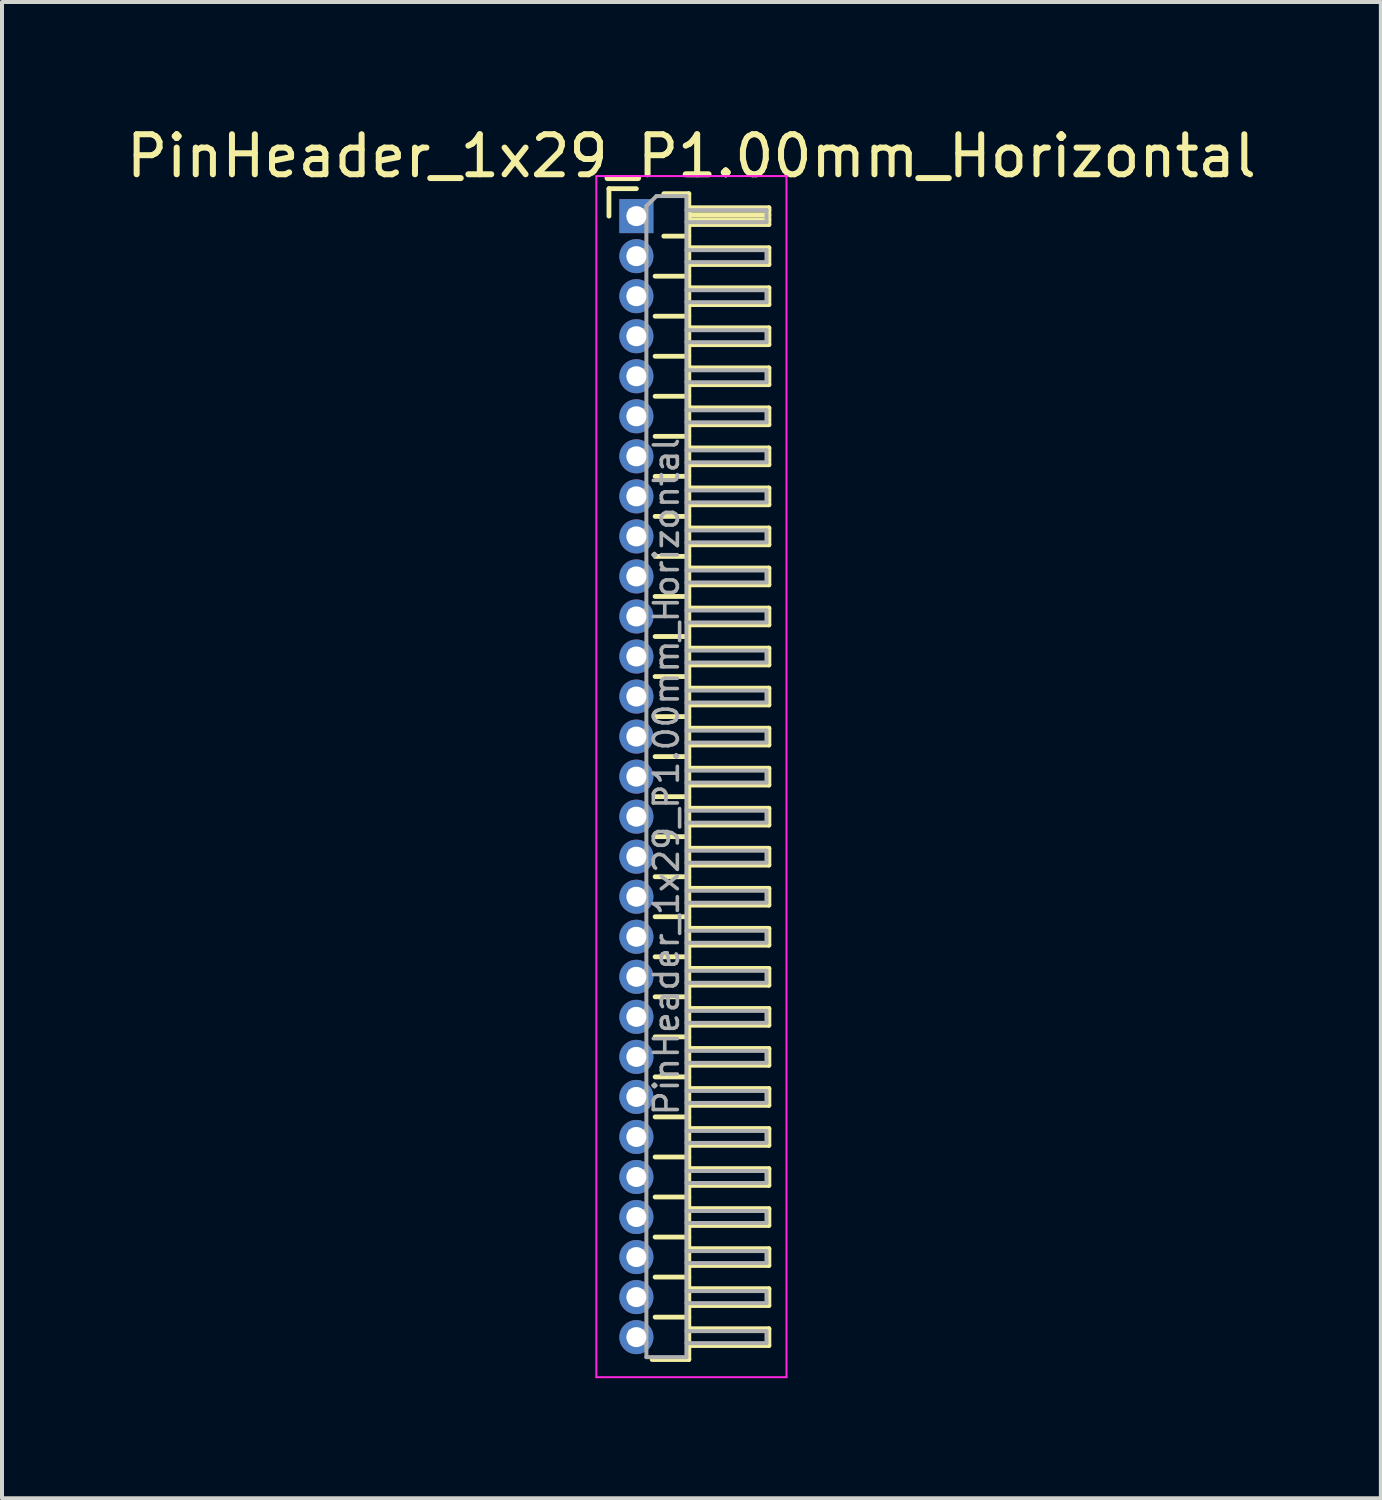
<source format=kicad_pcb>
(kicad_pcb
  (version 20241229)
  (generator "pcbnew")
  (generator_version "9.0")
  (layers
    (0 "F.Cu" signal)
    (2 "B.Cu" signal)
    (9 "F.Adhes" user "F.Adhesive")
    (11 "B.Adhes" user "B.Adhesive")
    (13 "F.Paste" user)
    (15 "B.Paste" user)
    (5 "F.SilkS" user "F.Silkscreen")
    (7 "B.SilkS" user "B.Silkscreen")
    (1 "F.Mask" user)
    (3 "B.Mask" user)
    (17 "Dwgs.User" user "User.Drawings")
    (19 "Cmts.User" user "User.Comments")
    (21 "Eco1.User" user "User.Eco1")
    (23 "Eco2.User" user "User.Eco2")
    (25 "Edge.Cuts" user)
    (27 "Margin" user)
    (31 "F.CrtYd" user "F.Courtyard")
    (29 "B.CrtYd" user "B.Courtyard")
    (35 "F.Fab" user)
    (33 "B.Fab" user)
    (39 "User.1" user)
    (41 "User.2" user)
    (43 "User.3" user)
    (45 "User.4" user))
  (footprint "PinHeader_1x29_P1.00mm_Horizontal"
    (layer "F.Cu")
    (at 12.845 2.348)
    (property "Reference" "PinHeader_1x29_P1.00mm_Horizontal" (at 1.375 -1.5 0) (layer "F.SilkS") (effects (font (size 1 1) (thickness 0.15))))
    (attr through_hole)
    (fp_line (start -0.685 -0.685) (end 0 -0.685) (stroke (width 0.12) (type solid)) (layer "F.SilkS"))
    (fp_line (start -0.685 0) (end -0.685 -0.685) (stroke (width 0.12) (type solid)) (layer "F.SilkS"))
    (fp_line (start 0.468 1.5) (end 1.31 1.5) (stroke (width 0.12) (type solid)) (layer "F.SilkS"))
    (fp_line (start 0.468 2.5) (end 1.31 2.5) (stroke (width 0.12) (type solid)) (layer "F.SilkS"))
    (fp_line (start 0.468 3.5) (end 1.31 3.5) (stroke (width 0.12) (type solid)) (layer "F.SilkS"))
    (fp_line (start 0.468 4.5) (end 1.31 4.5) (stroke (width 0.12) (type solid)) (layer "F.SilkS"))
    (fp_line (start 0.468 5.5) (end 1.31 5.5) (stroke (width 0.12) (type solid)) (layer "F.SilkS"))
    (fp_line (start 0.468 6.5) (end 1.31 6.5) (stroke (width 0.12) (type solid)) (layer "F.SilkS"))
    (fp_line (start 0.468 7.5) (end 1.31 7.5) (stroke (width 0.12) (type solid)) (layer "F.SilkS"))
    (fp_line (start 0.468 8.5) (end 1.31 8.5) (stroke (width 0.12) (type solid)) (layer "F.SilkS"))
    (fp_line (start 0.468 9.5) (end 1.31 9.5) (stroke (width 0.12) (type solid)) (layer "F.SilkS"))
    (fp_line (start 0.468 10.5) (end 1.31 10.5) (stroke (width 0.12) (type solid)) (layer "F.SilkS"))
    (fp_line (start 0.468 11.5) (end 1.31 11.5) (stroke (width 0.12) (type solid)) (layer "F.SilkS"))
    (fp_line (start 0.468 12.5) (end 1.31 12.5) (stroke (width 0.12) (type solid)) (layer "F.SilkS"))
    (fp_line (start 0.468 13.5) (end 1.31 13.5) (stroke (width 0.12) (type solid)) (layer "F.SilkS"))
    (fp_line (start 0.468 14.5) (end 1.31 14.5) (stroke (width 0.12) (type solid)) (layer "F.SilkS"))
    (fp_line (start 0.468 15.5) (end 1.31 15.5) (stroke (width 0.12) (type solid)) (layer "F.SilkS"))
    (fp_line (start 0.468 16.5) (end 1.31 16.5) (stroke (width 0.12) (type solid)) (layer "F.SilkS"))
    (fp_line (start 0.468 17.5) (end 1.31 17.5) (stroke (width 0.12) (type solid)) (layer "F.SilkS"))
    (fp_line (start 0.468 18.5) (end 1.31 18.5) (stroke (width 0.12) (type solid)) (layer "F.SilkS"))
    (fp_line (start 0.468 19.5) (end 1.31 19.5) (stroke (width 0.12) (type solid)) (layer "F.SilkS"))
    (fp_line (start 0.468 20.5) (end 1.31 20.5) (stroke (width 0.12) (type solid)) (layer "F.SilkS"))
    (fp_line (start 0.468 21.5) (end 1.31 21.5) (stroke (width 0.12) (type solid)) (layer "F.SilkS"))
    (fp_line (start 0.468 22.5) (end 1.31 22.5) (stroke (width 0.12) (type solid)) (layer "F.SilkS"))
    (fp_line (start 0.468 23.5) (end 1.31 23.5) (stroke (width 0.12) (type solid)) (layer "F.SilkS"))
    (fp_line (start 0.468 24.5) (end 1.31 24.5) (stroke (width 0.12) (type solid)) (layer "F.SilkS"))
    (fp_line (start 0.468 25.5) (end 1.31 25.5) (stroke (width 0.12) (type solid)) (layer "F.SilkS"))
    (fp_line (start 0.468 26.5) (end 1.31 26.5) (stroke (width 0.12) (type solid)) (layer "F.SilkS"))
    (fp_line (start 0.468 27.5) (end 1.31 27.5) (stroke (width 0.12) (type solid)) (layer "F.SilkS"))
    (fp_line (start 0.685 -0.56) (end 1.31 -0.56) (stroke (width 0.12) (type solid)) (layer "F.SilkS"))
    (fp_line (start 0.685 0.5) (end 1.31 0.5) (stroke (width 0.12) (type solid)) (layer "F.SilkS"))
    (fp_line (start 1.31 -0.56) (end 1.31 28.56) (stroke (width 0.12) (type solid)) (layer "F.SilkS"))
    (fp_line (start 1.31 -0.21) (end 3.31 -0.21) (stroke (width 0.12) (type solid)) (layer "F.SilkS"))
    (fp_line (start 1.31 -0.15) (end 3.31 -0.15) (stroke (width 0.12) (type solid)) (layer "F.SilkS"))
    (fp_line (start 1.31 -0.03) (end 3.31 -0.03) (stroke (width 0.12) (type solid)) (layer "F.SilkS"))
    (fp_line (start 1.31 0.09) (end 3.31 0.09) (stroke (width 0.12) (type solid)) (layer "F.SilkS"))
    (fp_line (start 1.31 0.79) (end 3.31 0.79) (stroke (width 0.12) (type solid)) (layer "F.SilkS"))
    (fp_line (start 1.31 1.79) (end 3.31 1.79) (stroke (width 0.12) (type solid)) (layer "F.SilkS"))
    (fp_line (start 1.31 2.79) (end 3.31 2.79) (stroke (width 0.12) (type solid)) (layer "F.SilkS"))
    (fp_line (start 1.31 3.79) (end 3.31 3.79) (stroke (width 0.12) (type solid)) (layer "F.SilkS"))
    (fp_line (start 1.31 4.79) (end 3.31 4.79) (stroke (width 0.12) (type solid)) (layer "F.SilkS"))
    (fp_line (start 1.31 5.79) (end 3.31 5.79) (stroke (width 0.12) (type solid)) (layer "F.SilkS"))
    (fp_line (start 1.31 6.79) (end 3.31 6.79) (stroke (width 0.12) (type solid)) (layer "F.SilkS"))
    (fp_line (start 1.31 7.79) (end 3.31 7.79) (stroke (width 0.12) (type solid)) (layer "F.SilkS"))
    (fp_line (start 1.31 8.79) (end 3.31 8.79) (stroke (width 0.12) (type solid)) (layer "F.SilkS"))
    (fp_line (start 1.31 9.79) (end 3.31 9.79) (stroke (width 0.12) (type solid)) (layer "F.SilkS"))
    (fp_line (start 1.31 10.79) (end 3.31 10.79) (stroke (width 0.12) (type solid)) (layer "F.SilkS"))
    (fp_line (start 1.31 11.79) (end 3.31 11.79) (stroke (width 0.12) (type solid)) (layer "F.SilkS"))
    (fp_line (start 1.31 12.79) (end 3.31 12.79) (stroke (width 0.12) (type solid)) (layer "F.SilkS"))
    (fp_line (start 1.31 13.79) (end 3.31 13.79) (stroke (width 0.12) (type solid)) (layer "F.SilkS"))
    (fp_line (start 1.31 14.79) (end 3.31 14.79) (stroke (width 0.12) (type solid)) (layer "F.SilkS"))
    (fp_line (start 1.31 15.79) (end 3.31 15.79) (stroke (width 0.12) (type solid)) (layer "F.SilkS"))
    (fp_line (start 1.31 16.79) (end 3.31 16.79) (stroke (width 0.12) (type solid)) (layer "F.SilkS"))
    (fp_line (start 1.31 17.79) (end 3.31 17.79) (stroke (width 0.12) (type solid)) (layer "F.SilkS"))
    (fp_line (start 1.31 18.79) (end 3.31 18.79) (stroke (width 0.12) (type solid)) (layer "F.SilkS"))
    (fp_line (start 1.31 19.79) (end 3.31 19.79) (stroke (width 0.12) (type solid)) (layer "F.SilkS"))
    (fp_line (start 1.31 20.79) (end 3.31 20.79) (stroke (width 0.12) (type solid)) (layer "F.SilkS"))
    (fp_line (start 1.31 21.79) (end 3.31 21.79) (stroke (width 0.12) (type solid)) (layer "F.SilkS"))
    (fp_line (start 1.31 22.79) (end 3.31 22.79) (stroke (width 0.12) (type solid)) (layer "F.SilkS"))
    (fp_line (start 1.31 23.79) (end 3.31 23.79) (stroke (width 0.12) (type solid)) (layer "F.SilkS"))
    (fp_line (start 1.31 24.79) (end 3.31 24.79) (stroke (width 0.12) (type solid)) (layer "F.SilkS"))
    (fp_line (start 1.31 25.79) (end 3.31 25.79) (stroke (width 0.12) (type solid)) (layer "F.SilkS"))
    (fp_line (start 1.31 26.79) (end 3.31 26.79) (stroke (width 0.12) (type solid)) (layer "F.SilkS"))
    (fp_line (start 1.31 27.79) (end 3.31 27.79) (stroke (width 0.12) (type solid)) (layer "F.SilkS"))
    (fp_line (start 1.31 28.56) (end 0.394 28.56) (stroke (width 0.12) (type solid)) (layer "F.SilkS"))
    (fp_line (start 3.31 -0.21) (end 3.31 0.21) (stroke (width 0.12) (type solid)) (layer "F.SilkS"))
    (fp_line (start 3.31 0.21) (end 1.31 0.21) (stroke (width 0.12) (type solid)) (layer "F.SilkS"))
    (fp_line (start 3.31 0.79) (end 3.31 1.21) (stroke (width 0.12) (type solid)) (layer "F.SilkS"))
    (fp_line (start 3.31 1.21) (end 1.31 1.21) (stroke (width 0.12) (type solid)) (layer "F.SilkS"))
    (fp_line (start 3.31 1.79) (end 3.31 2.21) (stroke (width 0.12) (type solid)) (layer "F.SilkS"))
    (fp_line (start 3.31 2.21) (end 1.31 2.21) (stroke (width 0.12) (type solid)) (layer "F.SilkS"))
    (fp_line (start 3.31 2.79) (end 3.31 3.21) (stroke (width 0.12) (type solid)) (layer "F.SilkS"))
    (fp_line (start 3.31 3.21) (end 1.31 3.21) (stroke (width 0.12) (type solid)) (layer "F.SilkS"))
    (fp_line (start 3.31 3.79) (end 3.31 4.21) (stroke (width 0.12) (type solid)) (layer "F.SilkS"))
    (fp_line (start 3.31 4.21) (end 1.31 4.21) (stroke (width 0.12) (type solid)) (layer "F.SilkS"))
    (fp_line (start 3.31 4.79) (end 3.31 5.21) (stroke (width 0.12) (type solid)) (layer "F.SilkS"))
    (fp_line (start 3.31 5.21) (end 1.31 5.21) (stroke (width 0.12) (type solid)) (layer "F.SilkS"))
    (fp_line (start 3.31 5.79) (end 3.31 6.21) (stroke (width 0.12) (type solid)) (layer "F.SilkS"))
    (fp_line (start 3.31 6.21) (end 1.31 6.21) (stroke (width 0.12) (type solid)) (layer "F.SilkS"))
    (fp_line (start 3.31 6.79) (end 3.31 7.21) (stroke (width 0.12) (type solid)) (layer "F.SilkS"))
    (fp_line (start 3.31 7.21) (end 1.31 7.21) (stroke (width 0.12) (type solid)) (layer "F.SilkS"))
    (fp_line (start 3.31 7.79) (end 3.31 8.21) (stroke (width 0.12) (type solid)) (layer "F.SilkS"))
    (fp_line (start 3.31 8.21) (end 1.31 8.21) (stroke (width 0.12) (type solid)) (layer "F.SilkS"))
    (fp_line (start 3.31 8.79) (end 3.31 9.21) (stroke (width 0.12) (type solid)) (layer "F.SilkS"))
    (fp_line (start 3.31 9.21) (end 1.31 9.21) (stroke (width 0.12) (type solid)) (layer "F.SilkS"))
    (fp_line (start 3.31 9.79) (end 3.31 10.21) (stroke (width 0.12) (type solid)) (layer "F.SilkS"))
    (fp_line (start 3.31 10.21) (end 1.31 10.21) (stroke (width 0.12) (type solid)) (layer "F.SilkS"))
    (fp_line (start 3.31 10.79) (end 3.31 11.21) (stroke (width 0.12) (type solid)) (layer "F.SilkS"))
    (fp_line (start 3.31 11.21) (end 1.31 11.21) (stroke (width 0.12) (type solid)) (layer "F.SilkS"))
    (fp_line (start 3.31 11.79) (end 3.31 12.21) (stroke (width 0.12) (type solid)) (layer "F.SilkS"))
    (fp_line (start 3.31 12.21) (end 1.31 12.21) (stroke (width 0.12) (type solid)) (layer "F.SilkS"))
    (fp_line (start 3.31 12.79) (end 3.31 13.21) (stroke (width 0.12) (type solid)) (layer "F.SilkS"))
    (fp_line (start 3.31 13.21) (end 1.31 13.21) (stroke (width 0.12) (type solid)) (layer "F.SilkS"))
    (fp_line (start 3.31 13.79) (end 3.31 14.21) (stroke (width 0.12) (type solid)) (layer "F.SilkS"))
    (fp_line (start 3.31 14.21) (end 1.31 14.21) (stroke (width 0.12) (type solid)) (layer "F.SilkS"))
    (fp_line (start 3.31 14.79) (end 3.31 15.21) (stroke (width 0.12) (type solid)) (layer "F.SilkS"))
    (fp_line (start 3.31 15.21) (end 1.31 15.21) (stroke (width 0.12) (type solid)) (layer "F.SilkS"))
    (fp_line (start 3.31 15.79) (end 3.31 16.21) (stroke (width 0.12) (type solid)) (layer "F.SilkS"))
    (fp_line (start 3.31 16.21) (end 1.31 16.21) (stroke (width 0.12) (type solid)) (layer "F.SilkS"))
    (fp_line (start 3.31 16.79) (end 3.31 17.21) (stroke (width 0.12) (type solid)) (layer "F.SilkS"))
    (fp_line (start 3.31 17.21) (end 1.31 17.21) (stroke (width 0.12) (type solid)) (layer "F.SilkS"))
    (fp_line (start 3.31 17.79) (end 3.31 18.21) (stroke (width 0.12) (type solid)) (layer "F.SilkS"))
    (fp_line (start 3.31 18.21) (end 1.31 18.21) (stroke (width 0.12) (type solid)) (layer "F.SilkS"))
    (fp_line (start 3.31 18.79) (end 3.31 19.21) (stroke (width 0.12) (type solid)) (layer "F.SilkS"))
    (fp_line (start 3.31 19.21) (end 1.31 19.21) (stroke (width 0.12) (type solid)) (layer "F.SilkS"))
    (fp_line (start 3.31 19.79) (end 3.31 20.21) (stroke (width 0.12) (type solid)) (layer "F.SilkS"))
    (fp_line (start 3.31 20.21) (end 1.31 20.21) (stroke (width 0.12) (type solid)) (layer "F.SilkS"))
    (fp_line (start 3.31 20.79) (end 3.31 21.21) (stroke (width 0.12) (type solid)) (layer "F.SilkS"))
    (fp_line (start 3.31 21.21) (end 1.31 21.21) (stroke (width 0.12) (type solid)) (layer "F.SilkS"))
    (fp_line (start 3.31 21.79) (end 3.31 22.21) (stroke (width 0.12) (type solid)) (layer "F.SilkS"))
    (fp_line (start 3.31 22.21) (end 1.31 22.21) (stroke (width 0.12) (type solid)) (layer "F.SilkS"))
    (fp_line (start 3.31 22.79) (end 3.31 23.21) (stroke (width 0.12) (type solid)) (layer "F.SilkS"))
    (fp_line (start 3.31 23.21) (end 1.31 23.21) (stroke (width 0.12) (type solid)) (layer "F.SilkS"))
    (fp_line (start 3.31 23.79) (end 3.31 24.21) (stroke (width 0.12) (type solid)) (layer "F.SilkS"))
    (fp_line (start 3.31 24.21) (end 1.31 24.21) (stroke (width 0.12) (type solid)) (layer "F.SilkS"))
    (fp_line (start 3.31 24.79) (end 3.31 25.21) (stroke (width 0.12) (type solid)) (layer "F.SilkS"))
    (fp_line (start 3.31 25.21) (end 1.31 25.21) (stroke (width 0.12) (type solid)) (layer "F.SilkS"))
    (fp_line (start 3.31 25.79) (end 3.31 26.21) (stroke (width 0.12) (type solid)) (layer "F.SilkS"))
    (fp_line (start 3.31 26.21) (end 1.31 26.21) (stroke (width 0.12) (type solid)) (layer "F.SilkS"))
    (fp_line (start 3.31 26.79) (end 3.31 27.21) (stroke (width 0.12) (type solid)) (layer "F.SilkS"))
    (fp_line (start 3.31 27.21) (end 1.31 27.21) (stroke (width 0.12) (type solid)) (layer "F.SilkS"))
    (fp_line (start 3.31 27.79) (end 3.31 28.21) (stroke (width 0.12) (type solid)) (layer "F.SilkS"))
    (fp_line (start 3.31 28.21) (end 1.31 28.21) (stroke (width 0.12) (type solid)) (layer "F.SilkS"))
    (fp_line (start -1 -1) (end -1 29) (stroke (width 0.05) (type solid)) (layer "F.CrtYd"))
    (fp_line (start -1 29) (end 3.75 29) (stroke (width 0.05) (type solid)) (layer "F.CrtYd"))
    (fp_line (start 3.75 -1) (end -1 -1) (stroke (width 0.05) (type solid)) (layer "F.CrtYd"))
    (fp_line (start 3.75 29) (end 3.75 -1) (stroke (width 0.05) (type solid)) (layer "F.CrtYd"))
    (fp_line (start -0.15 -0.15) (end -0.15 0.15) (stroke (width 0.1) (type solid)) (layer "F.Fab"))
    (fp_line (start -0.15 -0.15) (end 0.25 -0.15) (stroke (width 0.1) (type solid)) (layer "F.Fab"))
    (fp_line (start -0.15 0.15) (end 0.25 0.15) (stroke (width 0.1) (type solid)) (layer "F.Fab"))
    (fp_line (start -0.15 0.85) (end -0.15 1.15) (stroke (width 0.1) (type solid)) (layer "F.Fab"))
    (fp_line (start -0.15 0.85) (end 0.25 0.85) (stroke (width 0.1) (type solid)) (layer "F.Fab"))
    (fp_line (start -0.15 1.15) (end 0.25 1.15) (stroke (width 0.1) (type solid)) (layer "F.Fab"))
    (fp_line (start -0.15 1.85) (end -0.15 2.15) (stroke (width 0.1) (type solid)) (layer "F.Fab"))
    (fp_line (start -0.15 1.85) (end 0.25 1.85) (stroke (width 0.1) (type solid)) (layer "F.Fab"))
    (fp_line (start -0.15 2.15) (end 0.25 2.15) (stroke (width 0.1) (type solid)) (layer "F.Fab"))
    (fp_line (start -0.15 2.85) (end -0.15 3.15) (stroke (width 0.1) (type solid)) (layer "F.Fab"))
    (fp_line (start -0.15 2.85) (end 0.25 2.85) (stroke (width 0.1) (type solid)) (layer "F.Fab"))
    (fp_line (start -0.15 3.15) (end 0.25 3.15) (stroke (width 0.1) (type solid)) (layer "F.Fab"))
    (fp_line (start -0.15 3.85) (end -0.15 4.15) (stroke (width 0.1) (type solid)) (layer "F.Fab"))
    (fp_line (start -0.15 3.85) (end 0.25 3.85) (stroke (width 0.1) (type solid)) (layer "F.Fab"))
    (fp_line (start -0.15 4.15) (end 0.25 4.15) (stroke (width 0.1) (type solid)) (layer "F.Fab"))
    (fp_line (start -0.15 4.85) (end -0.15 5.15) (stroke (width 0.1) (type solid)) (layer "F.Fab"))
    (fp_line (start -0.15 4.85) (end 0.25 4.85) (stroke (width 0.1) (type solid)) (layer "F.Fab"))
    (fp_line (start -0.15 5.15) (end 0.25 5.15) (stroke (width 0.1) (type solid)) (layer "F.Fab"))
    (fp_line (start -0.15 5.85) (end -0.15 6.15) (stroke (width 0.1) (type solid)) (layer "F.Fab"))
    (fp_line (start -0.15 5.85) (end 0.25 5.85) (stroke (width 0.1) (type solid)) (layer "F.Fab"))
    (fp_line (start -0.15 6.15) (end 0.25 6.15) (stroke (width 0.1) (type solid)) (layer "F.Fab"))
    (fp_line (start -0.15 6.85) (end -0.15 7.15) (stroke (width 0.1) (type solid)) (layer "F.Fab"))
    (fp_line (start -0.15 6.85) (end 0.25 6.85) (stroke (width 0.1) (type solid)) (layer "F.Fab"))
    (fp_line (start -0.15 7.15) (end 0.25 7.15) (stroke (width 0.1) (type solid)) (layer "F.Fab"))
    (fp_line (start -0.15 7.85) (end -0.15 8.15) (stroke (width 0.1) (type solid)) (layer "F.Fab"))
    (fp_line (start -0.15 7.85) (end 0.25 7.85) (stroke (width 0.1) (type solid)) (layer "F.Fab"))
    (fp_line (start -0.15 8.15) (end 0.25 8.15) (stroke (width 0.1) (type solid)) (layer "F.Fab"))
    (fp_line (start -0.15 8.85) (end -0.15 9.15) (stroke (width 0.1) (type solid)) (layer "F.Fab"))
    (fp_line (start -0.15 8.85) (end 0.25 8.85) (stroke (width 0.1) (type solid)) (layer "F.Fab"))
    (fp_line (start -0.15 9.15) (end 0.25 9.15) (stroke (width 0.1) (type solid)) (layer "F.Fab"))
    (fp_line (start -0.15 9.85) (end -0.15 10.15) (stroke (width 0.1) (type solid)) (layer "F.Fab"))
    (fp_line (start -0.15 9.85) (end 0.25 9.85) (stroke (width 0.1) (type solid)) (layer "F.Fab"))
    (fp_line (start -0.15 10.15) (end 0.25 10.15) (stroke (width 0.1) (type solid)) (layer "F.Fab"))
    (fp_line (start -0.15 10.85) (end -0.15 11.15) (stroke (width 0.1) (type solid)) (layer "F.Fab"))
    (fp_line (start -0.15 10.85) (end 0.25 10.85) (stroke (width 0.1) (type solid)) (layer "F.Fab"))
    (fp_line (start -0.15 11.15) (end 0.25 11.15) (stroke (width 0.1) (type solid)) (layer "F.Fab"))
    (fp_line (start -0.15 11.85) (end -0.15 12.15) (stroke (width 0.1) (type solid)) (layer "F.Fab"))
    (fp_line (start -0.15 11.85) (end 0.25 11.85) (stroke (width 0.1) (type solid)) (layer "F.Fab"))
    (fp_line (start -0.15 12.15) (end 0.25 12.15) (stroke (width 0.1) (type solid)) (layer "F.Fab"))
    (fp_line (start -0.15 12.85) (end -0.15 13.15) (stroke (width 0.1) (type solid)) (layer "F.Fab"))
    (fp_line (start -0.15 12.85) (end 0.25 12.85) (stroke (width 0.1) (type solid)) (layer "F.Fab"))
    (fp_line (start -0.15 13.15) (end 0.25 13.15) (stroke (width 0.1) (type solid)) (layer "F.Fab"))
    (fp_line (start -0.15 13.85) (end -0.15 14.15) (stroke (width 0.1) (type solid)) (layer "F.Fab"))
    (fp_line (start -0.15 13.85) (end 0.25 13.85) (stroke (width 0.1) (type solid)) (layer "F.Fab"))
    (fp_line (start -0.15 14.15) (end 0.25 14.15) (stroke (width 0.1) (type solid)) (layer "F.Fab"))
    (fp_line (start -0.15 14.85) (end -0.15 15.15) (stroke (width 0.1) (type solid)) (layer "F.Fab"))
    (fp_line (start -0.15 14.85) (end 0.25 14.85) (stroke (width 0.1) (type solid)) (layer "F.Fab"))
    (fp_line (start -0.15 15.15) (end 0.25 15.15) (stroke (width 0.1) (type solid)) (layer "F.Fab"))
    (fp_line (start -0.15 15.85) (end -0.15 16.15) (stroke (width 0.1) (type solid)) (layer "F.Fab"))
    (fp_line (start -0.15 15.85) (end 0.25 15.85) (stroke (width 0.1) (type solid)) (layer "F.Fab"))
    (fp_line (start -0.15 16.15) (end 0.25 16.15) (stroke (width 0.1) (type solid)) (layer "F.Fab"))
    (fp_line (start -0.15 16.85) (end -0.15 17.15) (stroke (width 0.1) (type solid)) (layer "F.Fab"))
    (fp_line (start -0.15 16.85) (end 0.25 16.85) (stroke (width 0.1) (type solid)) (layer "F.Fab"))
    (fp_line (start -0.15 17.15) (end 0.25 17.15) (stroke (width 0.1) (type solid)) (layer "F.Fab"))
    (fp_line (start -0.15 17.85) (end -0.15 18.15) (stroke (width 0.1) (type solid)) (layer "F.Fab"))
    (fp_line (start -0.15 17.85) (end 0.25 17.85) (stroke (width 0.1) (type solid)) (layer "F.Fab"))
    (fp_line (start -0.15 18.15) (end 0.25 18.15) (stroke (width 0.1) (type solid)) (layer "F.Fab"))
    (fp_line (start -0.15 18.85) (end -0.15 19.15) (stroke (width 0.1) (type solid)) (layer "F.Fab"))
    (fp_line (start -0.15 18.85) (end 0.25 18.85) (stroke (width 0.1) (type solid)) (layer "F.Fab"))
    (fp_line (start -0.15 19.15) (end 0.25 19.15) (stroke (width 0.1) (type solid)) (layer "F.Fab"))
    (fp_line (start -0.15 19.85) (end -0.15 20.15) (stroke (width 0.1) (type solid)) (layer "F.Fab"))
    (fp_line (start -0.15 19.85) (end 0.25 19.85) (stroke (width 0.1) (type solid)) (layer "F.Fab"))
    (fp_line (start -0.15 20.15) (end 0.25 20.15) (stroke (width 0.1) (type solid)) (layer "F.Fab"))
    (fp_line (start -0.15 20.85) (end -0.15 21.15) (stroke (width 0.1) (type solid)) (layer "F.Fab"))
    (fp_line (start -0.15 20.85) (end 0.25 20.85) (stroke (width 0.1) (type solid)) (layer "F.Fab"))
    (fp_line (start -0.15 21.15) (end 0.25 21.15) (stroke (width 0.1) (type solid)) (layer "F.Fab"))
    (fp_line (start -0.15 21.85) (end -0.15 22.15) (stroke (width 0.1) (type solid)) (layer "F.Fab"))
    (fp_line (start -0.15 21.85) (end 0.25 21.85) (stroke (width 0.1) (type solid)) (layer "F.Fab"))
    (fp_line (start -0.15 22.15) (end 0.25 22.15) (stroke (width 0.1) (type solid)) (layer "F.Fab"))
    (fp_line (start -0.15 22.85) (end -0.15 23.15) (stroke (width 0.1) (type solid)) (layer "F.Fab"))
    (fp_line (start -0.15 22.85) (end 0.25 22.85) (stroke (width 0.1) (type solid)) (layer "F.Fab"))
    (fp_line (start -0.15 23.15) (end 0.25 23.15) (stroke (width 0.1) (type solid)) (layer "F.Fab"))
    (fp_line (start -0.15 23.85) (end -0.15 24.15) (stroke (width 0.1) (type solid)) (layer "F.Fab"))
    (fp_line (start -0.15 23.85) (end 0.25 23.85) (stroke (width 0.1) (type solid)) (layer "F.Fab"))
    (fp_line (start -0.15 24.15) (end 0.25 24.15) (stroke (width 0.1) (type solid)) (layer "F.Fab"))
    (fp_line (start -0.15 24.85) (end -0.15 25.15) (stroke (width 0.1) (type solid)) (layer "F.Fab"))
    (fp_line (start -0.15 24.85) (end 0.25 24.85) (stroke (width 0.1) (type solid)) (layer "F.Fab"))
    (fp_line (start -0.15 25.15) (end 0.25 25.15) (stroke (width 0.1) (type solid)) (layer "F.Fab"))
    (fp_line (start -0.15 25.85) (end -0.15 26.15) (stroke (width 0.1) (type solid)) (layer "F.Fab"))
    (fp_line (start -0.15 25.85) (end 0.25 25.85) (stroke (width 0.1) (type solid)) (layer "F.Fab"))
    (fp_line (start -0.15 26.15) (end 0.25 26.15) (stroke (width 0.1) (type solid)) (layer "F.Fab"))
    (fp_line (start -0.15 26.85) (end -0.15 27.15) (stroke (width 0.1) (type solid)) (layer "F.Fab"))
    (fp_line (start -0.15 26.85) (end 0.25 26.85) (stroke (width 0.1) (type solid)) (layer "F.Fab"))
    (fp_line (start -0.15 27.15) (end 0.25 27.15) (stroke (width 0.1) (type solid)) (layer "F.Fab"))
    (fp_line (start -0.15 27.85) (end -0.15 28.15) (stroke (width 0.1) (type solid)) (layer "F.Fab"))
    (fp_line (start -0.15 27.85) (end 0.25 27.85) (stroke (width 0.1) (type solid)) (layer "F.Fab"))
    (fp_line (start -0.15 28.15) (end 0.25 28.15) (stroke (width 0.1) (type solid)) (layer "F.Fab"))
    (fp_line (start 0.25 -0.25) (end 0.5 -0.5) (stroke (width 0.1) (type solid)) (layer "F.Fab"))
    (fp_line (start 0.25 28.5) (end 0.25 -0.25) (stroke (width 0.1) (type solid)) (layer "F.Fab"))
    (fp_line (start 0.5 -0.5) (end 1.25 -0.5) (stroke (width 0.1) (type solid)) (layer "F.Fab"))
    (fp_line (start 1.25 -0.5) (end 1.25 28.5) (stroke (width 0.1) (type solid)) (layer "F.Fab"))
    (fp_line (start 1.25 -0.15) (end 3.25 -0.15) (stroke (width 0.1) (type solid)) (layer "F.Fab"))
    (fp_line (start 1.25 0.15) (end 3.25 0.15) (stroke (width 0.1) (type solid)) (layer "F.Fab"))
    (fp_line (start 1.25 0.85) (end 3.25 0.85) (stroke (width 0.1) (type solid)) (layer "F.Fab"))
    (fp_line (start 1.25 1.15) (end 3.25 1.15) (stroke (width 0.1) (type solid)) (layer "F.Fab"))
    (fp_line (start 1.25 1.85) (end 3.25 1.85) (stroke (width 0.1) (type solid)) (layer "F.Fab"))
    (fp_line (start 1.25 2.15) (end 3.25 2.15) (stroke (width 0.1) (type solid)) (layer "F.Fab"))
    (fp_line (start 1.25 2.85) (end 3.25 2.85) (stroke (width 0.1) (type solid)) (layer "F.Fab"))
    (fp_line (start 1.25 3.15) (end 3.25 3.15) (stroke (width 0.1) (type solid)) (layer "F.Fab"))
    (fp_line (start 1.25 3.85) (end 3.25 3.85) (stroke (width 0.1) (type solid)) (layer "F.Fab"))
    (fp_line (start 1.25 4.15) (end 3.25 4.15) (stroke (width 0.1) (type solid)) (layer "F.Fab"))
    (fp_line (start 1.25 4.85) (end 3.25 4.85) (stroke (width 0.1) (type solid)) (layer "F.Fab"))
    (fp_line (start 1.25 5.15) (end 3.25 5.15) (stroke (width 0.1) (type solid)) (layer "F.Fab"))
    (fp_line (start 1.25 5.85) (end 3.25 5.85) (stroke (width 0.1) (type solid)) (layer "F.Fab"))
    (fp_line (start 1.25 6.15) (end 3.25 6.15) (stroke (width 0.1) (type solid)) (layer "F.Fab"))
    (fp_line (start 1.25 6.85) (end 3.25 6.85) (stroke (width 0.1) (type solid)) (layer "F.Fab"))
    (fp_line (start 1.25 7.15) (end 3.25 7.15) (stroke (width 0.1) (type solid)) (layer "F.Fab"))
    (fp_line (start 1.25 7.85) (end 3.25 7.85) (stroke (width 0.1) (type solid)) (layer "F.Fab"))
    (fp_line (start 1.25 8.15) (end 3.25 8.15) (stroke (width 0.1) (type solid)) (layer "F.Fab"))
    (fp_line (start 1.25 8.85) (end 3.25 8.85) (stroke (width 0.1) (type solid)) (layer "F.Fab"))
    (fp_line (start 1.25 9.15) (end 3.25 9.15) (stroke (width 0.1) (type solid)) (layer "F.Fab"))
    (fp_line (start 1.25 9.85) (end 3.25 9.85) (stroke (width 0.1) (type solid)) (layer "F.Fab"))
    (fp_line (start 1.25 10.15) (end 3.25 10.15) (stroke (width 0.1) (type solid)) (layer "F.Fab"))
    (fp_line (start 1.25 10.85) (end 3.25 10.85) (stroke (width 0.1) (type solid)) (layer "F.Fab"))
    (fp_line (start 1.25 11.15) (end 3.25 11.15) (stroke (width 0.1) (type solid)) (layer "F.Fab"))
    (fp_line (start 1.25 11.85) (end 3.25 11.85) (stroke (width 0.1) (type solid)) (layer "F.Fab"))
    (fp_line (start 1.25 12.15) (end 3.25 12.15) (stroke (width 0.1) (type solid)) (layer "F.Fab"))
    (fp_line (start 1.25 12.85) (end 3.25 12.85) (stroke (width 0.1) (type solid)) (layer "F.Fab"))
    (fp_line (start 1.25 13.15) (end 3.25 13.15) (stroke (width 0.1) (type solid)) (layer "F.Fab"))
    (fp_line (start 1.25 13.85) (end 3.25 13.85) (stroke (width 0.1) (type solid)) (layer "F.Fab"))
    (fp_line (start 1.25 14.15) (end 3.25 14.15) (stroke (width 0.1) (type solid)) (layer "F.Fab"))
    (fp_line (start 1.25 14.85) (end 3.25 14.85) (stroke (width 0.1) (type solid)) (layer "F.Fab"))
    (fp_line (start 1.25 15.15) (end 3.25 15.15) (stroke (width 0.1) (type solid)) (layer "F.Fab"))
    (fp_line (start 1.25 15.85) (end 3.25 15.85) (stroke (width 0.1) (type solid)) (layer "F.Fab"))
    (fp_line (start 1.25 16.15) (end 3.25 16.15) (stroke (width 0.1) (type solid)) (layer "F.Fab"))
    (fp_line (start 1.25 16.85) (end 3.25 16.85) (stroke (width 0.1) (type solid)) (layer "F.Fab"))
    (fp_line (start 1.25 17.15) (end 3.25 17.15) (stroke (width 0.1) (type solid)) (layer "F.Fab"))
    (fp_line (start 1.25 17.85) (end 3.25 17.85) (stroke (width 0.1) (type solid)) (layer "F.Fab"))
    (fp_line (start 1.25 18.15) (end 3.25 18.15) (stroke (width 0.1) (type solid)) (layer "F.Fab"))
    (fp_line (start 1.25 18.85) (end 3.25 18.85) (stroke (width 0.1) (type solid)) (layer "F.Fab"))
    (fp_line (start 1.25 19.15) (end 3.25 19.15) (stroke (width 0.1) (type solid)) (layer "F.Fab"))
    (fp_line (start 1.25 19.85) (end 3.25 19.85) (stroke (width 0.1) (type solid)) (layer "F.Fab"))
    (fp_line (start 1.25 20.15) (end 3.25 20.15) (stroke (width 0.1) (type solid)) (layer "F.Fab"))
    (fp_line (start 1.25 20.85) (end 3.25 20.85) (stroke (width 0.1) (type solid)) (layer "F.Fab"))
    (fp_line (start 1.25 21.15) (end 3.25 21.15) (stroke (width 0.1) (type solid)) (layer "F.Fab"))
    (fp_line (start 1.25 21.85) (end 3.25 21.85) (stroke (width 0.1) (type solid)) (layer "F.Fab"))
    (fp_line (start 1.25 22.15) (end 3.25 22.15) (stroke (width 0.1) (type solid)) (layer "F.Fab"))
    (fp_line (start 1.25 22.85) (end 3.25 22.85) (stroke (width 0.1) (type solid)) (layer "F.Fab"))
    (fp_line (start 1.25 23.15) (end 3.25 23.15) (stroke (width 0.1) (type solid)) (layer "F.Fab"))
    (fp_line (start 1.25 23.85) (end 3.25 23.85) (stroke (width 0.1) (type solid)) (layer "F.Fab"))
    (fp_line (start 1.25 24.15) (end 3.25 24.15) (stroke (width 0.1) (type solid)) (layer "F.Fab"))
    (fp_line (start 1.25 24.85) (end 3.25 24.85) (stroke (width 0.1) (type solid)) (layer "F.Fab"))
    (fp_line (start 1.25 25.15) (end 3.25 25.15) (stroke (width 0.1) (type solid)) (layer "F.Fab"))
    (fp_line (start 1.25 25.85) (end 3.25 25.85) (stroke (width 0.1) (type solid)) (layer "F.Fab"))
    (fp_line (start 1.25 26.15) (end 3.25 26.15) (stroke (width 0.1) (type solid)) (layer "F.Fab"))
    (fp_line (start 1.25 26.85) (end 3.25 26.85) (stroke (width 0.1) (type solid)) (layer "F.Fab"))
    (fp_line (start 1.25 27.15) (end 3.25 27.15) (stroke (width 0.1) (type solid)) (layer "F.Fab"))
    (fp_line (start 1.25 27.85) (end 3.25 27.85) (stroke (width 0.1) (type solid)) (layer "F.Fab"))
    (fp_line (start 1.25 28.15) (end 3.25 28.15) (stroke (width 0.1) (type solid)) (layer "F.Fab"))
    (fp_line (start 1.25 28.5) (end 0.25 28.5) (stroke (width 0.1) (type solid)) (layer "F.Fab"))
    (fp_line (start 3.25 -0.15) (end 3.25 0.15) (stroke (width 0.1) (type solid)) (layer "F.Fab"))
    (fp_line (start 3.25 0.85) (end 3.25 1.15) (stroke (width 0.1) (type solid)) (layer "F.Fab"))
    (fp_line (start 3.25 1.85) (end 3.25 2.15) (stroke (width 0.1) (type solid)) (layer "F.Fab"))
    (fp_line (start 3.25 2.85) (end 3.25 3.15) (stroke (width 0.1) (type solid)) (layer "F.Fab"))
    (fp_line (start 3.25 3.85) (end 3.25 4.15) (stroke (width 0.1) (type solid)) (layer "F.Fab"))
    (fp_line (start 3.25 4.85) (end 3.25 5.15) (stroke (width 0.1) (type solid)) (layer "F.Fab"))
    (fp_line (start 3.25 5.85) (end 3.25 6.15) (stroke (width 0.1) (type solid)) (layer "F.Fab"))
    (fp_line (start 3.25 6.85) (end 3.25 7.15) (stroke (width 0.1) (type solid)) (layer "F.Fab"))
    (fp_line (start 3.25 7.85) (end 3.25 8.15) (stroke (width 0.1) (type solid)) (layer "F.Fab"))
    (fp_line (start 3.25 8.85) (end 3.25 9.15) (stroke (width 0.1) (type solid)) (layer "F.Fab"))
    (fp_line (start 3.25 9.85) (end 3.25 10.15) (stroke (width 0.1) (type solid)) (layer "F.Fab"))
    (fp_line (start 3.25 10.85) (end 3.25 11.15) (stroke (width 0.1) (type solid)) (layer "F.Fab"))
    (fp_line (start 3.25 11.85) (end 3.25 12.15) (stroke (width 0.1) (type solid)) (layer "F.Fab"))
    (fp_line (start 3.25 12.85) (end 3.25 13.15) (stroke (width 0.1) (type solid)) (layer "F.Fab"))
    (fp_line (start 3.25 13.85) (end 3.25 14.15) (stroke (width 0.1) (type solid)) (layer "F.Fab"))
    (fp_line (start 3.25 14.85) (end 3.25 15.15) (stroke (width 0.1) (type solid)) (layer "F.Fab"))
    (fp_line (start 3.25 15.85) (end 3.25 16.15) (stroke (width 0.1) (type solid)) (layer "F.Fab"))
    (fp_line (start 3.25 16.85) (end 3.25 17.15) (stroke (width 0.1) (type solid)) (layer "F.Fab"))
    (fp_line (start 3.25 17.85) (end 3.25 18.15) (stroke (width 0.1) (type solid)) (layer "F.Fab"))
    (fp_line (start 3.25 18.85) (end 3.25 19.15) (stroke (width 0.1) (type solid)) (layer "F.Fab"))
    (fp_line (start 3.25 19.85) (end 3.25 20.15) (stroke (width 0.1) (type solid)) (layer "F.Fab"))
    (fp_line (start 3.25 20.85) (end 3.25 21.15) (stroke (width 0.1) (type solid)) (layer "F.Fab"))
    (fp_line (start 3.25 21.85) (end 3.25 22.15) (stroke (width 0.1) (type solid)) (layer "F.Fab"))
    (fp_line (start 3.25 22.85) (end 3.25 23.15) (stroke (width 0.1) (type solid)) (layer "F.Fab"))
    (fp_line (start 3.25 23.85) (end 3.25 24.15) (stroke (width 0.1) (type solid)) (layer "F.Fab"))
    (fp_line (start 3.25 24.85) (end 3.25 25.15) (stroke (width 0.1) (type solid)) (layer "F.Fab"))
    (fp_line (start 3.25 25.85) (end 3.25 26.15) (stroke (width 0.1) (type solid)) (layer "F.Fab"))
    (fp_line (start 3.25 26.85) (end 3.25 27.15) (stroke (width 0.1) (type solid)) (layer "F.Fab"))
    (fp_line (start 3.25 27.85) (end 3.25 28.15) (stroke (width 0.1) (type solid)) (layer "F.Fab"))
    (fp_text user "${REFERENCE}" (at 0.75 14 90) (layer "F.Fab") (effects (font (size 0.6 0.6) (thickness 0.09))))
    (pad "1" thru_hole rect (at 0 0) (size 0.85 0.85) (drill 0.5) (layers "*.Cu" "*.Mask"))
    (pad "2" thru_hole oval (at 0 1) (size 0.85 0.85) (drill 0.5) (layers "*.Cu" "*.Mask"))
    (pad "3" thru_hole oval (at 0 2) (size 0.85 0.85) (drill 0.5) (layers "*.Cu" "*.Mask"))
    (pad "4" thru_hole oval (at 0 3) (size 0.85 0.85) (drill 0.5) (layers "*.Cu" "*.Mask"))
    (pad "5" thru_hole oval (at 0 4) (size 0.85 0.85) (drill 0.5) (layers "*.Cu" "*.Mask"))
    (pad "6" thru_hole oval (at 0 5) (size 0.85 0.85) (drill 0.5) (layers "*.Cu" "*.Mask"))
    (pad "7" thru_hole oval (at 0 6) (size 0.85 0.85) (drill 0.5) (layers "*.Cu" "*.Mask"))
    (pad "8" thru_hole oval (at 0 7) (size 0.85 0.85) (drill 0.5) (layers "*.Cu" "*.Mask"))
    (pad "9" thru_hole oval (at 0 8) (size 0.85 0.85) (drill 0.5) (layers "*.Cu" "*.Mask"))
    (pad "10" thru_hole oval (at 0 9) (size 0.85 0.85) (drill 0.5) (layers "*.Cu" "*.Mask"))
    (pad "11" thru_hole oval (at 0 10) (size 0.85 0.85) (drill 0.5) (layers "*.Cu" "*.Mask"))
    (pad "12" thru_hole oval (at 0 11) (size 0.85 0.85) (drill 0.5) (layers "*.Cu" "*.Mask"))
    (pad "13" thru_hole oval (at 0 12) (size 0.85 0.85) (drill 0.5) (layers "*.Cu" "*.Mask"))
    (pad "14" thru_hole oval (at 0 13) (size 0.85 0.85) (drill 0.5) (layers "*.Cu" "*.Mask"))
    (pad "15" thru_hole oval (at 0 14) (size 0.85 0.85) (drill 0.5) (layers "*.Cu" "*.Mask"))
    (pad "16" thru_hole oval (at 0 15) (size 0.85 0.85) (drill 0.5) (layers "*.Cu" "*.Mask"))
    (pad "17" thru_hole oval (at 0 16) (size 0.85 0.85) (drill 0.5) (layers "*.Cu" "*.Mask"))
    (pad "18" thru_hole oval (at 0 17) (size 0.85 0.85) (drill 0.5) (layers "*.Cu" "*.Mask"))
    (pad "19" thru_hole oval (at 0 18) (size 0.85 0.85) (drill 0.5) (layers "*.Cu" "*.Mask"))
    (pad "20" thru_hole oval (at 0 19) (size 0.85 0.85) (drill 0.5) (layers "*.Cu" "*.Mask"))
    (pad "21" thru_hole oval (at 0 20) (size 0.85 0.85) (drill 0.5) (layers "*.Cu" "*.Mask"))
    (pad "22" thru_hole oval (at 0 21) (size 0.85 0.85) (drill 0.5) (layers "*.Cu" "*.Mask"))
    (pad "23" thru_hole oval (at 0 22) (size 0.85 0.85) (drill 0.5) (layers "*.Cu" "*.Mask"))
    (pad "24" thru_hole oval (at 0 23) (size 0.85 0.85) (drill 0.5) (layers "*.Cu" "*.Mask"))
    (pad "25" thru_hole oval (at 0 24) (size 0.85 0.85) (drill 0.5) (layers "*.Cu" "*.Mask"))
    (pad "26" thru_hole oval (at 0 25) (size 0.85 0.85) (drill 0.5) (layers "*.Cu" "*.Mask"))
    (pad "27" thru_hole oval (at 0 26) (size 0.85 0.85) (drill 0.5) (layers "*.Cu" "*.Mask"))
    (pad "28" thru_hole oval (at 0 27) (size 0.85 0.85) (drill 0.5) (layers "*.Cu" "*.Mask"))
    (pad "29" thru_hole oval (at 0 28) (size 0.85 0.85) (drill 0.5) (layers "*.Cu" "*.Mask")))
  (gr_rect
    (start -3 -3)
    (end 31.44 34.373)
    (stroke (width 0.1) (type default))
    (fill no)
    (layer "Edge.Cuts")))
</source>
